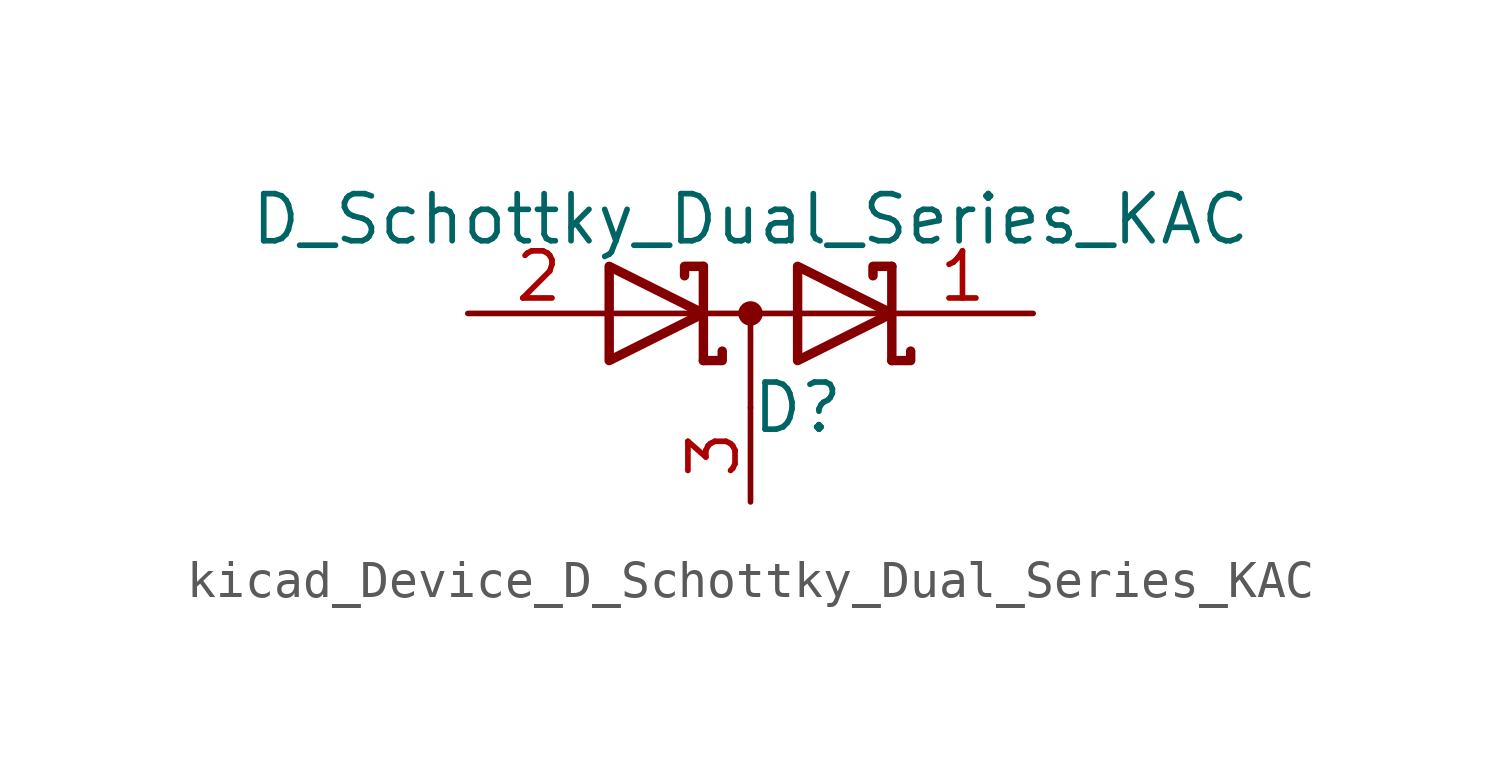
<source format=kicad_sym>
(kicad_symbol_lib
  (version 20220914)
  (generator kicad_symbol_editor)
  (symbol "kicad_Device_D_Schottky_Dual_Series_KAC"
    (pin_names
      (offset 0.762) hide)
    (property "Reference" "D"
      (at 1.27 -2.54 0)
      (effects (font (size 1.27 1.27))))
    (property "Value" "D_Schottky_Dual_Series_KAC"
      (at 0 2.54 0)
      (effects (font (size 1.27 1.27))))
    (symbol "kicad_Device_D_Schottky_Dual_Series_KAC_0_1"
      (polyline (pts (xy -3.81 0) (xy 3.81 0)) (stroke (width 0) (type default)) (fill (type none)))
      (polyline (pts (xy 0 0) (xy 0 -2.54)) (stroke (width 0) (type default)) (fill (type none)))
      (polyline (pts (xy -1.27 -1.27) (xy -1.27 1.27) (xy -1.27 1.27)) (stroke (width 0.254) (type default)) (fill (type none)))
      (polyline (pts (xy 3.81 1.27) (xy 3.81 -1.27) (xy 3.81 -1.27)) (stroke (width 0.254) (type default)) (fill (type none)))
      (polyline (pts (xy -1.27 -1.27) (xy -0.762 -1.27) (xy -0.762 -1.016) (xy -0.762 -1.016)) (stroke (width 0.254) (type default)) (fill (type none)))
      (polyline (pts (xy 3.81 -1.27) (xy 4.318 -1.27) (xy 4.318 -1.016) (xy 4.318 -1.016)) (stroke (width 0.254) (type default)) (fill (type none)))
      (polyline (pts (xy 3.81 1.27) (xy 3.302 1.27) (xy 3.302 1.016) (xy 3.302 1.016)) (stroke (width 0.254) (type default)) (fill (type none)))
      (polyline (pts (xy -1.778 1.016) (xy -1.778 1.27) (xy -1.27 1.27) (xy -1.27 1.27) (xy -1.27 1.27)) (stroke (width 0.254) (type default)) (fill (type none)))
      (polyline (pts (xy -3.81 1.27) (xy -1.27 0) (xy -3.81 -1.27) (xy -3.81 1.27) (xy -3.81 1.27) (xy -3.81 1.27)) (stroke (width 0.254) (type default)) (fill (type none)))
      (polyline (pts (xy 1.27 1.27) (xy 3.81 0) (xy 1.27 -1.27) (xy 1.27 1.27) (xy 1.27 1.27) (xy 1.27 1.27)) (stroke (width 0.254) (type default)) (fill (type none)))
      (circle (center 0 0) (radius 0.254) (stroke (width 0) (type default)) (fill (type outline)))
      (pin passive line (at 7.62 0 180) (length 3.81) (name "K" (effects (font (size 1.27 1.27)))) (number "1" (effects (font (size 1.27 1.27)))))
      (pin passive line (at -7.62 0 0) (length 3.81) (name "A" (effects (font (size 1.27 1.27)))) (number "2" (effects (font (size 1.27 1.27)))))
      (pin passive line (at 0 -5.08 90) (length 2.54) (name "common" (effects (font (size 1.27 1.27)))) (number "3" (effects (font (size 1.27 1.27))))))))
</source>
